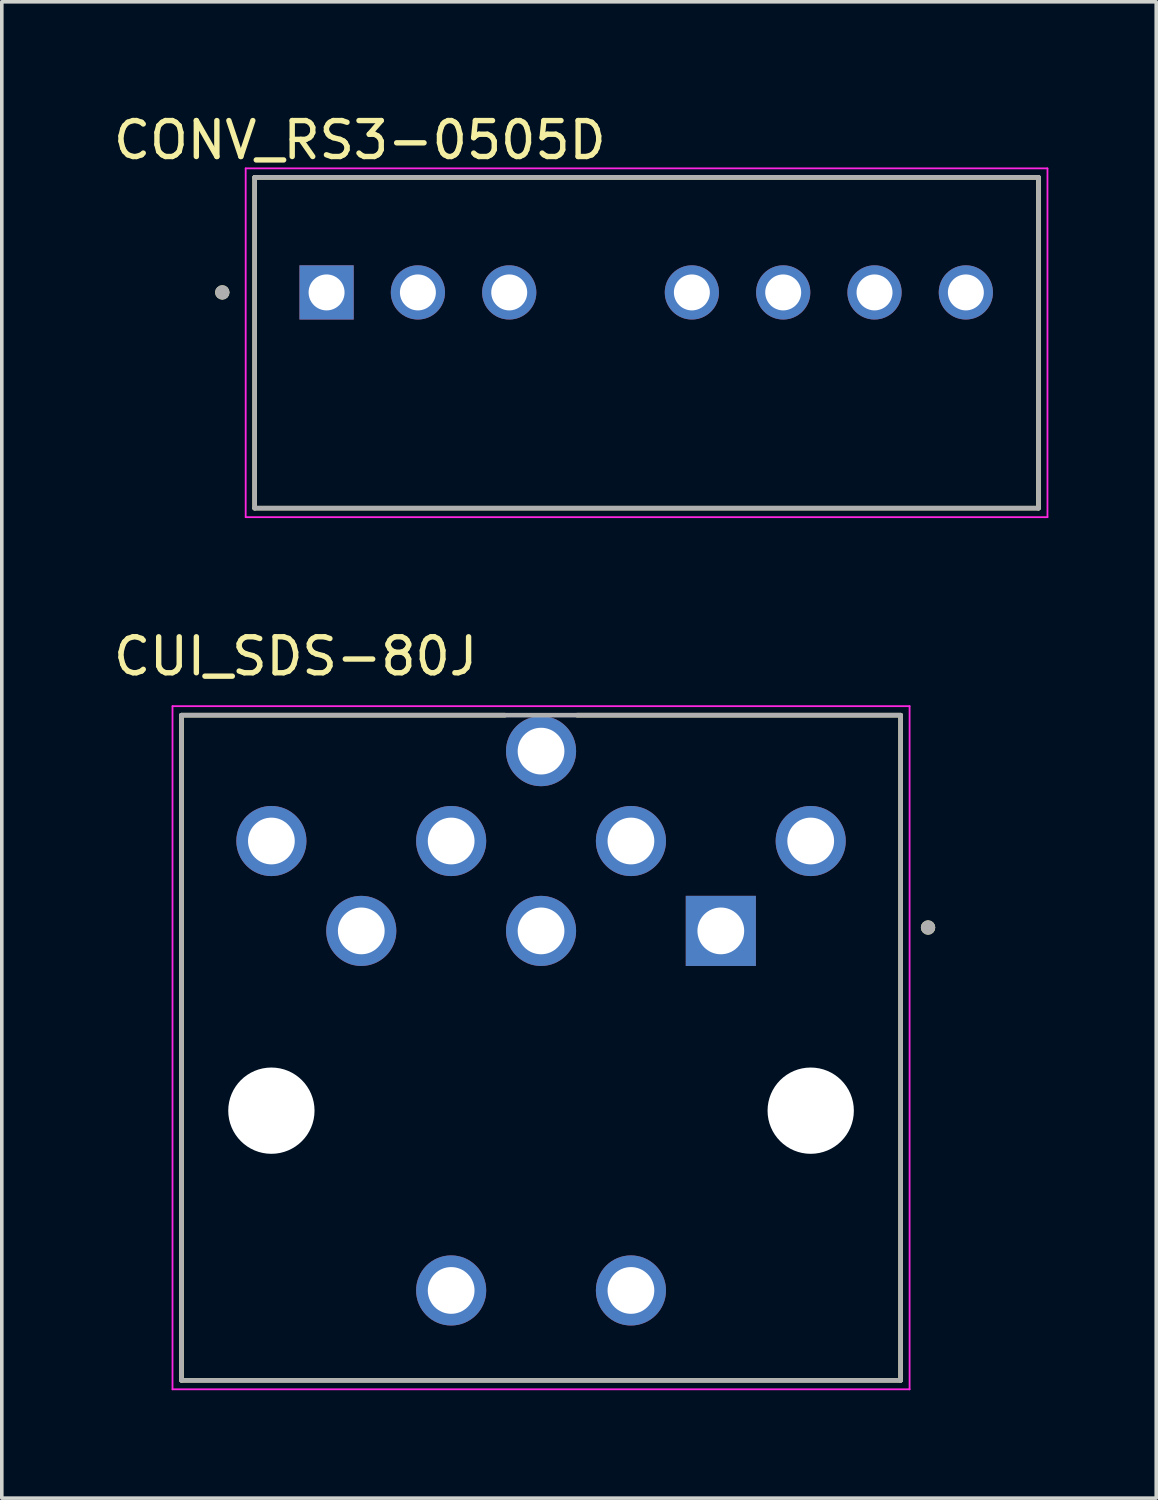
<source format=kicad_pcb>
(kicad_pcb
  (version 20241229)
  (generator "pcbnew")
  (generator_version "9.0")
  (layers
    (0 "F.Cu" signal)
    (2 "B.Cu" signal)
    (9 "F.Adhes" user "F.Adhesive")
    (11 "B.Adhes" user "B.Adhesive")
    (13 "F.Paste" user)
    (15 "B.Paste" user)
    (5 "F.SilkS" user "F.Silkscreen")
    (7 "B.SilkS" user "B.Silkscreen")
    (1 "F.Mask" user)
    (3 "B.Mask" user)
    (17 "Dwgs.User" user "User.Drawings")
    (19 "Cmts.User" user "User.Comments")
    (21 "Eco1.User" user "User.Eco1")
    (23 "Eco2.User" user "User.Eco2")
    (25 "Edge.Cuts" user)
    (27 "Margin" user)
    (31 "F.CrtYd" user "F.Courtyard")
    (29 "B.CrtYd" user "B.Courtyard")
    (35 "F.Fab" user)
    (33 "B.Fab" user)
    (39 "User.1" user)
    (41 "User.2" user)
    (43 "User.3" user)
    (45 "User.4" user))
  (footprint "CUI_SDS-80J"
    (layer "F.Cu")
    (at 11.998 27.841)
    (property "Reference" "CUI_SDS-80J" (at -6.825 -12.635 0) (layer "F.SilkS") (effects (font (size 1 1) (thickness 0.15))))
    (attr through_hole)
    (fp_line (start -10 -11) (end -1 -11) (stroke (width 0.127) (type solid)) (layer "F.SilkS"))
    (fp_line (start -10 7.5) (end -10 -11) (stroke (width 0.127) (type solid)) (layer "F.SilkS"))
    (fp_line (start -10 7.5) (end 10 7.5) (stroke (width 0.127) (type solid)) (layer "F.SilkS"))
    (fp_line (start 1 -11) (end 10 -11) (stroke (width 0.127) (type solid)) (layer "F.SilkS"))
    (fp_line (start 10 -11) (end 10 7.5) (stroke (width 0.127) (type solid)) (layer "F.SilkS"))
    (fp_circle (center 10.764 -5.094) (end 10.864 -5.094) (stroke (width 0.2) (type solid)) (fill no) (layer "F.SilkS"))
    (fp_line (start -10.25 -11.25) (end 10.25 -11.25) (stroke (width 0.05) (type solid)) (layer "F.CrtYd"))
    (fp_line (start -10.25 7.75) (end -10.25 -11.25) (stroke (width 0.05) (type solid)) (layer "F.CrtYd"))
    (fp_line (start 10.25 -11.25) (end 10.25 7.75) (stroke (width 0.05) (type solid)) (layer "F.CrtYd"))
    (fp_line (start 10.25 7.75) (end -10.25 7.75) (stroke (width 0.05) (type solid)) (layer "F.CrtYd"))
    (fp_line (start -10 -11) (end 10 -11) (stroke (width 0.127) (type solid)) (layer "F.Fab"))
    (fp_line (start -10 7.5) (end -10 -11) (stroke (width 0.127) (type solid)) (layer "F.Fab"))
    (fp_line (start 10 -11) (end 10 7.5) (stroke (width 0.127) (type solid)) (layer "F.Fab"))
    (fp_line (start 10 7.5) (end -10 7.5) (stroke (width 0.127) (type solid)) (layer "F.Fab"))
    (fp_circle (center 10.764 -5.094) (end 10.864 -5.094) (stroke (width 0.2) (type solid)) (fill no) (layer "F.Fab"))
    (pad "" np_thru_hole circle (at -7.5 0) (size 2.4 2.4) (drill 2.4) (layers "*.Cu" "*.Mask"))
    (pad "" np_thru_hole circle (at 7.5 0) (size 2.4 2.4) (drill 2.4) (layers "*.Cu" "*.Mask"))
    (pad "1" thru_hole rect (at 5 -5) (size 1.95 1.95) (drill 1.3) (layers "*.Cu" "*.Mask"))
    (pad "2" thru_hole circle (at 0 -5) (size 1.95 1.95) (drill 1.3) (layers "*.Cu" "*.Mask"))
    (pad "3" thru_hole circle (at -5 -5) (size 1.95 1.95) (drill 1.3) (layers "*.Cu" "*.Mask"))
    (pad "4" thru_hole circle (at 2.5 -7.5) (size 1.95 1.95) (drill 1.3) (layers "*.Cu" "*.Mask"))
    (pad "5" thru_hole circle (at -2.5 -7.5) (size 1.95 1.95) (drill 1.3) (layers "*.Cu" "*.Mask"))
    (pad "6" thru_hole circle (at 7.5 -7.5) (size 1.95 1.95) (drill 1.3) (layers "*.Cu" "*.Mask"))
    (pad "7" thru_hole circle (at -7.5 -7.5) (size 1.95 1.95) (drill 1.3) (layers "*.Cu" "*.Mask"))
    (pad "8" thru_hole circle (at 0 -10) (size 1.95 1.95) (drill 1.3) (layers "*.Cu" "*.Mask"))
    (pad "E1" thru_hole circle (at -2.5 5) (size 1.95 1.95) (drill 1.3) (layers "*.Cu" "*.Mask"))
    (pad "E2" thru_hole circle (at 2.5 5) (size 1.95 1.95) (drill 1.3) (layers "*.Cu" "*.Mask")))
  (footprint "CONV_RS3-0505D"
    (layer "F.Cu")
    (at 14.933 6.483)
    (property "Reference" "CONV_RS3-0505D" (at -7.975 -5.635 0) (layer "F.SilkS") (effects (font (size 1 1) (thickness 0.15))))
    (attr through_hole)
    (fp_line (start -10.9 -4.6) (end -10.9 4.6) (stroke (width 0.127) (type solid)) (layer "F.SilkS"))
    (fp_line (start -10.9 -4.6) (end 10.9 -4.6) (stroke (width 0.127) (type solid)) (layer "F.SilkS"))
    (fp_line (start -10.9 4.6) (end 10.9 4.6) (stroke (width 0.127) (type solid)) (layer "F.SilkS"))
    (fp_line (start 10.9 4.6) (end 10.9 -4.6) (stroke (width 0.127) (type solid)) (layer "F.SilkS"))
    (fp_circle (center -11.8 -1.4) (end -11.7 -1.4) (stroke (width 0.2) (type solid)) (fill no) (layer "F.SilkS"))
    (fp_line (start -11.15 -4.85) (end 11.15 -4.85) (stroke (width 0.05) (type solid)) (layer "F.CrtYd"))
    (fp_line (start -11.15 4.85) (end -11.15 -4.85) (stroke (width 0.05) (type solid)) (layer "F.CrtYd"))
    (fp_line (start 11.15 -4.85) (end 11.15 4.85) (stroke (width 0.05) (type solid)) (layer "F.CrtYd"))
    (fp_line (start 11.15 4.85) (end -11.15 4.85) (stroke (width 0.05) (type solid)) (layer "F.CrtYd"))
    (fp_line (start -10.9 -4.6) (end -10.9 4.6) (stroke (width 0.127) (type solid)) (layer "F.Fab"))
    (fp_line (start -10.9 4.6) (end 10.9 4.6) (stroke (width 0.127) (type solid)) (layer "F.Fab"))
    (fp_line (start 10.9 -4.6) (end -10.9 -4.6) (stroke (width 0.127) (type solid)) (layer "F.Fab"))
    (fp_line (start 10.9 4.6) (end 10.9 -4.6) (stroke (width 0.127) (type solid)) (layer "F.Fab"))
    (fp_circle (center -11.8 -1.4) (end -11.7 -1.4) (stroke (width 0.2) (type solid)) (fill no) (layer "F.Fab"))
    (pad "1" thru_hole rect (at -8.9 -1.4) (size 1.508 1.508) (drill 1) (layers "*.Cu" "*.Mask"))
    (pad "2" thru_hole circle (at -6.36 -1.4) (size 1.508 1.508) (drill 1) (layers "*.Cu" "*.Mask"))
    (pad "3" thru_hole circle (at -3.82 -1.4) (size 1.508 1.508) (drill 1) (layers "*.Cu" "*.Mask"))
    (pad "5" thru_hole circle (at 1.26 -1.4) (size 1.508 1.508) (drill 1) (layers "*.Cu" "*.Mask"))
    (pad "6" thru_hole circle (at 3.8 -1.4) (size 1.508 1.508) (drill 1) (layers "*.Cu" "*.Mask"))
    (pad "7" thru_hole circle (at 6.34 -1.4) (size 1.508 1.508) (drill 1) (layers "*.Cu" "*.Mask"))
    (pad "8" thru_hole circle (at 8.88 -1.4) (size 1.508 1.508) (drill 1) (layers "*.Cu" "*.Mask")))
  (gr_rect
    (start -3 -3)
    (end 29.108 38.617)
    (stroke (width 0.1) (type default))
    (fill no)
    (layer "Edge.Cuts")))
</source>
